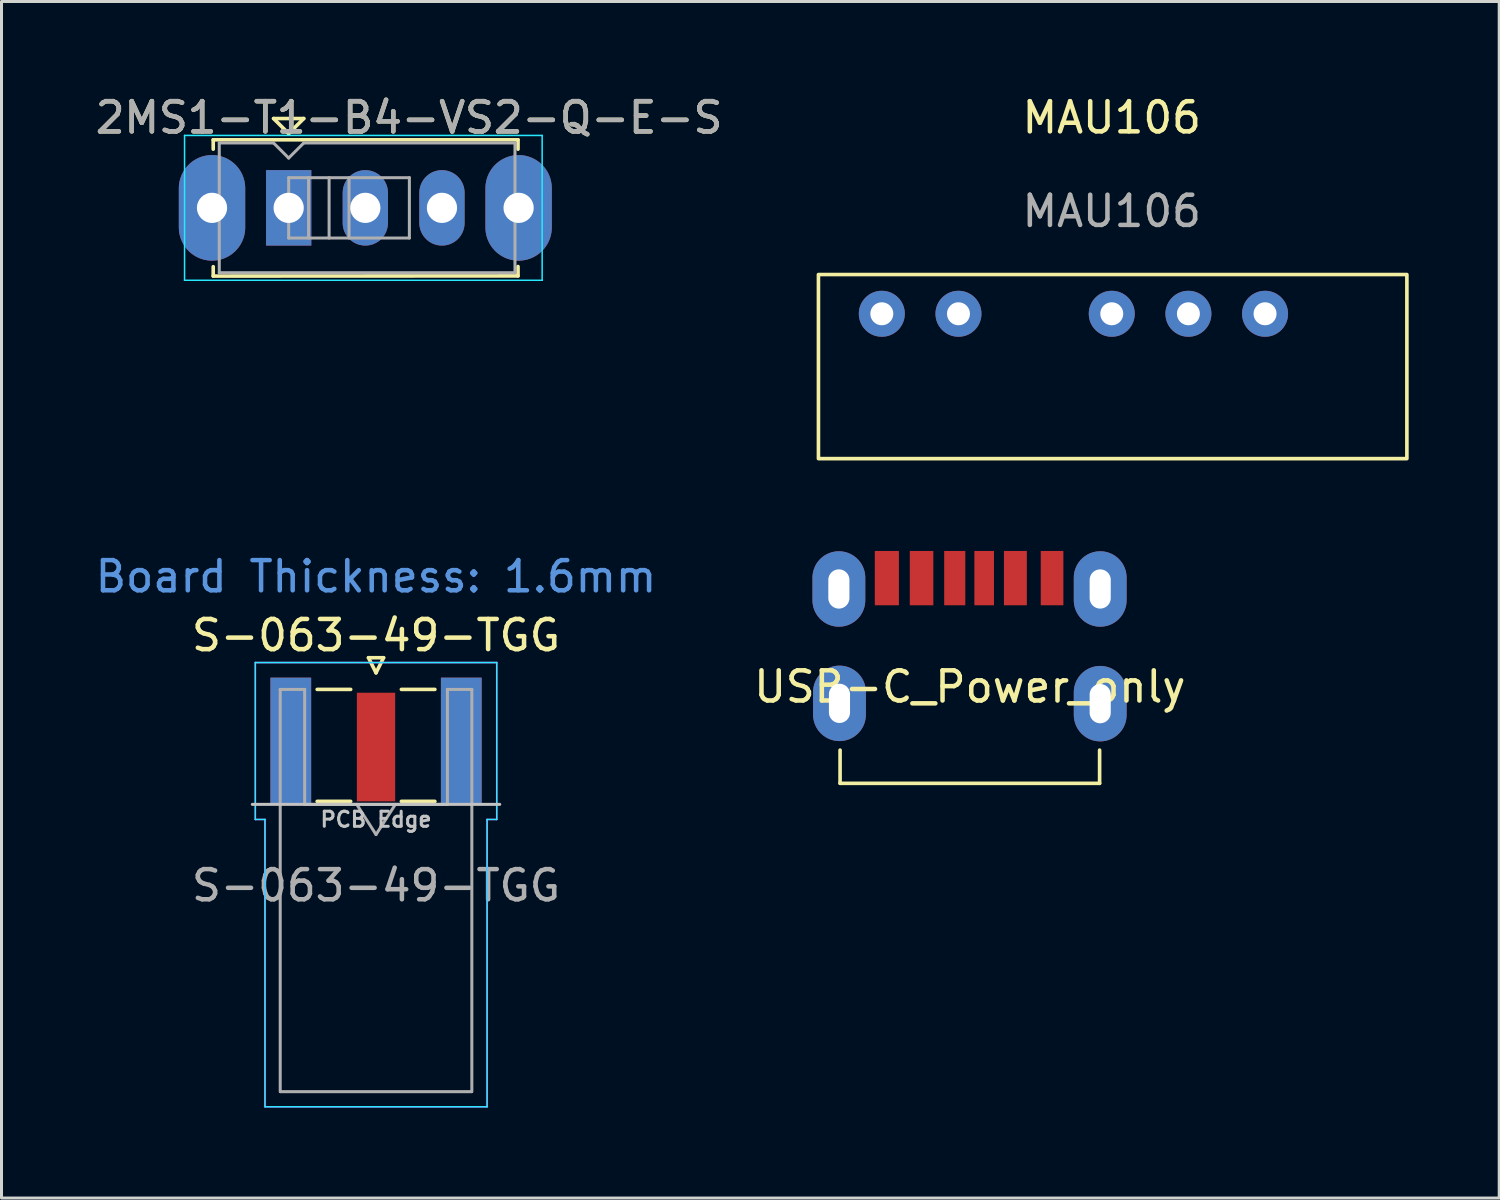
<source format=kicad_pcb>
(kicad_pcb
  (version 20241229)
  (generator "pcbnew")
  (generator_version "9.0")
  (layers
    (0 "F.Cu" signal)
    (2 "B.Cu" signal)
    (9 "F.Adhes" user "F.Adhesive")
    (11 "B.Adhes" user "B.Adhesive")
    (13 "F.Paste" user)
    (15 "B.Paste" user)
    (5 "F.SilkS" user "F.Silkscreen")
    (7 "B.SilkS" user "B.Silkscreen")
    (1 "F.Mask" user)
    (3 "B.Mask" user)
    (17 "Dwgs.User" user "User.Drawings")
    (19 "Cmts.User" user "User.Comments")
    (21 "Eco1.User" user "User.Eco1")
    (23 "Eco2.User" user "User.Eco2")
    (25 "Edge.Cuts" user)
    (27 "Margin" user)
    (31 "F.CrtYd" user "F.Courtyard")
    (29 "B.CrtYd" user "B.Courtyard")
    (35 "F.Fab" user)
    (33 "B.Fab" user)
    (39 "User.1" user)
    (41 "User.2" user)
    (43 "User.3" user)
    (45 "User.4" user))
  (footprint "USB-C_Power_only"
    (layer "F.Cu")
    (at 29.089 19.208)
    (property "Reference" "USB-C_Power_only" (at 0 0.5 0) (layer "F.SilkS") (effects (font (size 1 1) (thickness 0.15))))
    (attr through_hole)
    (fp_line (start -4.3 2.6) (end -4.3 3.7) (stroke (width 0.12) (type solid)) (layer "F.SilkS"))
    (fp_line (start -4.3 3.7) (end 4.3 3.7) (stroke (width 0.12) (type solid)) (layer "F.SilkS"))
    (fp_line (start 4.3 3.7) (end 4.3 2.6) (stroke (width 0.12) (type solid)) (layer "F.SilkS"))
    (pad "2" thru_hole oval (at -4.34 -2.74) (size 1.75 2.5) (drill oval 0.7 1.3) (layers "*.Cu" "*.Mask"))
    (pad "2" thru_hole oval (at -4.32 1.05) (size 1.75 2.5) (drill oval 0.7 1.3) (layers "*.Cu" "*.Mask"))
    (pad "2" thru_hole oval (at 4.32 -2.74) (size 1.75 2.5) (drill oval 0.7 1.3) (layers "*.Cu" "*.Mask"))
    (pad "2" thru_hole oval (at 4.32 1.06) (size 1.75 2.5) (drill oval 0.7 1.3) (layers "*.Cu" "*.Mask"))
    (pad "A5" smd rect (at -0.5 -3.1) (size 0.7 1.8) (layers "F.Cu" "F.Mask" "F.Paste"))
    (pad "A9" smd rect (at 1.51 -3.1) (size 0.76 1.8) (layers "F.Cu" "F.Mask" "F.Paste"))
    (pad "A12" smd rect (at 2.725 -3.1) (size 0.75 1.8) (layers "F.Cu" "F.Mask" "F.Paste"))
    (pad "B5" smd rect (at 0.475 -3.1) (size 0.65 1.8) (layers "F.Cu" "F.Mask" "F.Paste"))
    (pad "B9" smd rect (at -1.6 -3.1) (size 0.78 1.8) (layers "F.Cu" "F.Mask" "F.Paste"))
    (pad "B12" smd rect (at -2.75 -3.1) (size 0.8 1.8) (layers "F.Cu" "F.Mask" "F.Paste")))
  (footprint "2MS1-T1-B4-VS2-Q-E-S"
    (layer "F.Cu")
    (at 6.516 3.838)
    (property "Reference" "2MS1-T1-B4-VS2-Q-E-S" (at 3.99 -2.99 0) (layer "F.SilkS") (effects (font (size 1 1) (thickness 0.15))))
    (attr through_hole)
    (fp_line (start -2.5 -2.255) (end 7.6 -2.255) (stroke (width 0.12) (type solid)) (layer "F.SilkS"))
    (fp_line (start -2.5 -1.945) (end -2.5 -2.255) (stroke (width 0.12) (type solid)) (layer "F.SilkS"))
    (fp_line (start -2.5 2.26) (end -2.5 1.95) (stroke (width 0.12) (type solid)) (layer "F.SilkS"))
    (fp_line (start -0.5 -2.96) (end 0 -2.46) (stroke (width 0.12) (type solid)) (layer "F.SilkS"))
    (fp_line (start 0 -2.46) (end 0.5 -2.96) (stroke (width 0.12) (type solid)) (layer "F.SilkS"))
    (fp_line (start 0.5 -2.96) (end -0.5 -2.96) (stroke (width 0.12) (type solid)) (layer "F.SilkS"))
    (fp_line (start 7.6 -2.255) (end 7.6 -1.945) (stroke (width 0.12) (type solid)) (layer "F.SilkS"))
    (fp_line (start 7.6 2.255) (end -2.5 2.26) (stroke (width 0.12) (type solid)) (layer "F.SilkS"))
    (fp_line (start 7.6 2.255) (end 7.6 1.945) (stroke (width 0.12) (type solid)) (layer "F.SilkS"))
    (fp_line (start -3.45 -2.4) (end 8.4 -2.4) (stroke (width 0.05) (type solid)) (layer "B.CrtYd"))
    (fp_line (start -3.45 2.4) (end -3.45 -2.4) (stroke (width 0.05) (type solid)) (layer "B.CrtYd"))
    (fp_line (start 8.4 -2.4) (end 8.4 2.4) (stroke (width 0.05) (type solid)) (layer "B.CrtYd"))
    (fp_line (start 8.4 2.4) (end -3.45 2.4) (stroke (width 0.05) (type solid)) (layer "B.CrtYd"))
    (fp_line (start -2.3 -2.15) (end -0.5 -2.15) (stroke (width 0.1) (type solid)) (layer "F.Fab"))
    (fp_line (start -2.3 2.15) (end -2.3 -2.15) (stroke (width 0.1) (type solid)) (layer "F.Fab"))
    (fp_line (start -0.5 -2.15) (end 0 -1.65) (stroke (width 0.1) (type solid)) (layer "F.Fab"))
    (fp_line (start 0 -1.65) (end 0.5 -2.15) (stroke (width 0.1) (type solid)) (layer "F.Fab"))
    (fp_line (start 0 -1) (end 0 1) (stroke (width 0.1) (type solid)) (layer "F.Fab"))
    (fp_line (start 0 -1) (end 4 -1) (stroke (width 0.1) (type solid)) (layer "F.Fab"))
    (fp_line (start 0 1) (end 4 1) (stroke (width 0.1) (type solid)) (layer "F.Fab"))
    (fp_line (start 0.5 -2.15) (end 7.5 -2.15) (stroke (width 0.1) (type solid)) (layer "F.Fab"))
    (fp_line (start 0.66 -1) (end 0.66 1) (stroke (width 0.1) (type solid)) (layer "F.Fab"))
    (fp_line (start 1.34 -1) (end 1.34 1) (stroke (width 0.1) (type solid)) (layer "F.Fab"))
    (fp_line (start 2 -1) (end 2 1) (stroke (width 0.1) (type solid)) (layer "F.Fab"))
    (fp_line (start 4 -1) (end 4 1) (stroke (width 0.1) (type solid)) (layer "F.Fab"))
    (fp_line (start 7.5 -2.15) (end 7.5 2.15) (stroke (width 0.1) (type solid)) (layer "F.Fab"))
    (fp_line (start 7.5 2.15) (end -2.3 2.15) (stroke (width 0.1) (type solid)) (layer "F.Fab"))
    (fp_text user "${REFERENCE}" (at 3.99 -2.99 0) (layer "F.Fab") (effects (font (size 1 1) (thickness 0.15))))
    (pad "" thru_hole oval (at -2.54 0) (size 2.2 3.5) (drill 1) (layers "*.Cu" "*.Mask"))
    (pad "" thru_hole oval (at 7.62 0) (size 2.2 3.5) (drill 1) (layers "*.Cu" "*.Mask"))
    (pad "1" thru_hole rect (at 0 0) (size 1.5 2.5) (drill 1) (layers "*.Cu" "*.Mask"))
    (pad "2" thru_hole oval (at 2.54 0) (size 1.5 2.5) (drill 1) (layers "*.Cu" "*.Mask"))
    (pad "3" thru_hole oval (at 5.08 0) (size 1.5 2.5) (drill 1) (layers "*.Cu" "*.Mask")))
  (footprint "MAU106"
    (layer "F.Cu")
    (at 33.792 2.268)
    (property "Reference" "MAU106" (at 0 -1.42 0) (unlocked yes) (layer "F.SilkS") (effects (font (size 1 1) (thickness 0.15))))
    (attr through_hole)
    (fp_rect (start -9.72 3.78) (end 9.78 9.88) (stroke (width 0.12) (type solid)) (fill no) (layer "F.SilkS"))
    (fp_text user "${REFERENCE}" (at 0 1.68 0) (unlocked yes) (layer "F.Fab") (effects (font (size 1 1) (thickness 0.15))))
    (pad "1" thru_hole circle (at -7.62 5.08) (size 1.524 1.524) (drill 0.762) (layers "*.Cu" "*.Mask"))
    (pad "2" thru_hole circle (at -5.08 5.08) (size 1.524 1.524) (drill 0.762) (layers "*.Cu" "*.Mask"))
    (pad "4" thru_hole circle (at 0 5.08) (size 1.524 1.524) (drill 0.762) (layers "*.Cu" "*.Mask"))
    (pad "5" thru_hole circle (at 2.54 5.08) (size 1.524 1.524) (drill 0.762) (layers "*.Cu" "*.Mask"))
    (pad "6" thru_hole circle (at 5.08 5.08) (size 1.524 1.524) (drill 0.762) (layers "*.Cu" "*.Mask")))
  (footprint "S-063-49-TGG"
    (layer "F.Cu")
    (at 9.411 21.506)
    (property "Reference" "S-063-49-TGG" (at 0 -3.5 0) (layer "F.SilkS") (effects (font (size 1 1) (thickness 0.15))))
    (attr smd)
    (fp_line (start -1.95 -1.71) (end -0.84 -1.71) (stroke (width 0.12) (type solid)) (layer "F.SilkS"))
    (fp_line (start -1.95 2) (end -0.84 2) (stroke (width 0.12) (type solid)) (layer "F.SilkS"))
    (fp_line (start -0.25 -2.76) (end 0 -2.26) (stroke (width 0.12) (type solid)) (layer "F.SilkS"))
    (fp_line (start 0 -2.26) (end 0.25 -2.76) (stroke (width 0.12) (type solid)) (layer "F.SilkS"))
    (fp_line (start 0.25 -2.76) (end -0.25 -2.76) (stroke (width 0.12) (type solid)) (layer "F.SilkS"))
    (fp_line (start 0.84 -1.71) (end 1.95 -1.71) (stroke (width 0.12) (type solid)) (layer "F.SilkS"))
    (fp_line (start 0.84 2) (end 1.95 2) (stroke (width 0.12) (type solid)) (layer "F.SilkS"))
    (fp_line (start 4.1 2.1) (end -4.1 2.1) (stroke (width 0.1) (type solid)) (layer "Dwgs.User"))
    (fp_line (start -4 -2.6) (end 4 -2.6) (stroke (width 0.05) (type solid)) (layer "B.CrtYd"))
    (fp_line (start -4 2.6) (end -4 -2.6) (stroke (width 0.05) (type solid)) (layer "B.CrtYd"))
    (fp_line (start -3.68 2.6) (end -4 2.6) (stroke (width 0.05) (type solid)) (layer "B.CrtYd"))
    (fp_line (start -3.68 12.12) (end -3.68 2.6) (stroke (width 0.05) (type solid)) (layer "B.CrtYd"))
    (fp_line (start 3.68 2.6) (end 3.68 12.12) (stroke (width 0.05) (type solid)) (layer "B.CrtYd"))
    (fp_line (start 3.68 12.12) (end -3.68 12.12) (stroke (width 0.05) (type solid)) (layer "B.CrtYd"))
    (fp_line (start 4 2.6) (end 3.68 2.6) (stroke (width 0.05) (type solid)) (layer "B.CrtYd"))
    (fp_line (start 4 2.6) (end 4 -2.6) (stroke (width 0.05) (type solid)) (layer "B.CrtYd"))
    (fp_line (start -4 -2.6) (end 4 -2.6) (stroke (width 0.05) (type solid)) (layer "F.CrtYd"))
    (fp_line (start -4 2.6) (end -4 -2.6) (stroke (width 0.05) (type solid)) (layer "F.CrtYd"))
    (fp_line (start -3.68 2.6) (end -4 2.6) (stroke (width 0.05) (type solid)) (layer "F.CrtYd"))
    (fp_line (start -3.68 12.12) (end -3.68 2.6) (stroke (width 0.05) (type solid)) (layer "F.CrtYd"))
    (fp_line (start 3.68 2.6) (end 3.68 12.12) (stroke (width 0.05) (type solid)) (layer "F.CrtYd"))
    (fp_line (start 3.68 2.6) (end 4 2.6) (stroke (width 0.05) (type solid)) (layer "F.CrtYd"))
    (fp_line (start 3.68 12.12) (end -3.68 12.12) (stroke (width 0.05) (type solid)) (layer "F.CrtYd"))
    (fp_line (start 4 2.6) (end 4 -2.6) (stroke (width 0.05) (type solid)) (layer "F.CrtYd"))
    (fp_line (start -3.175 -1.71) (end -3.175 11.62) (stroke (width 0.1) (type solid)) (layer "F.Fab"))
    (fp_line (start -2.365 -1.71) (end -3.175 -1.71) (stroke (width 0.1) (type solid)) (layer "F.Fab"))
    (fp_line (start -2.365 2.1) (end -2.365 -1.71) (stroke (width 0.1) (type solid)) (layer "F.Fab"))
    (fp_line (start 0 3.1) (end -0.64 2.1) (stroke (width 0.1) (type solid)) (layer "F.Fab"))
    (fp_line (start 0.64 2.1) (end 0 3.1) (stroke (width 0.1) (type solid)) (layer "F.Fab"))
    (fp_line (start 2.365 -1.71) (end 2.365 2.1) (stroke (width 0.1) (type solid)) (layer "F.Fab"))
    (fp_line (start 2.365 2.1) (end -2.365 2.1) (stroke (width 0.1) (type solid)) (layer "F.Fab"))
    (fp_line (start 3.165 11.62) (end -3.165 11.62) (stroke (width 0.1) (type solid)) (layer "F.Fab"))
    (fp_line (start 3.175 -1.71) (end 2.365 -1.71) (stroke (width 0.1) (type solid)) (layer "F.Fab"))
    (fp_line (start 3.175 -1.71) (end 3.175 11.62) (stroke (width 0.1) (type solid)) (layer "F.Fab"))
    (fp_text user "PCB Edge" (at 0 2.6 0) (layer "Dwgs.User") (effects (font (size 0.5 0.5) (thickness 0.1))))
    (fp_text user "Board Thickness: 1.6mm" (at 0 -5.45 0) (layer "Cmts.User") (effects (font (size 1 1) (thickness 0.15))))
    (fp_text user "${REFERENCE}" (at 0 4.79 180) (layer "F.Fab") (effects (font (size 1 1) (thickness 0.15))))
    (pad "1" smd rect (at 0 0.2) (size 1.27 3.6) (layers "F.Cu" "F.Mask" "F.Paste"))
    (pad "2" smd rect (at -2.825 0) (size 1.35 4.2) (layers "F.Cu" "F.Mask" "F.Paste"))
    (pad "2" smd rect (at -2.825 0) (size 1.35 4.2) (layers "B.Cu" "B.Mask" "B.Paste"))
    (pad "2" smd rect (at 2.825 0) (size 1.35 4.2) (layers "F.Cu" "F.Mask" "F.Paste"))
    (pad "2" smd rect (at 2.825 0) (size 1.35 4.2) (layers "B.Cu" "B.Mask" "B.Paste")))
  (gr_rect
    (start -3 -3)
    (end 46.632 36.651)
    (stroke (width 0.1) (type default))
    (fill no)
    (layer "Edge.Cuts")))
</source>
